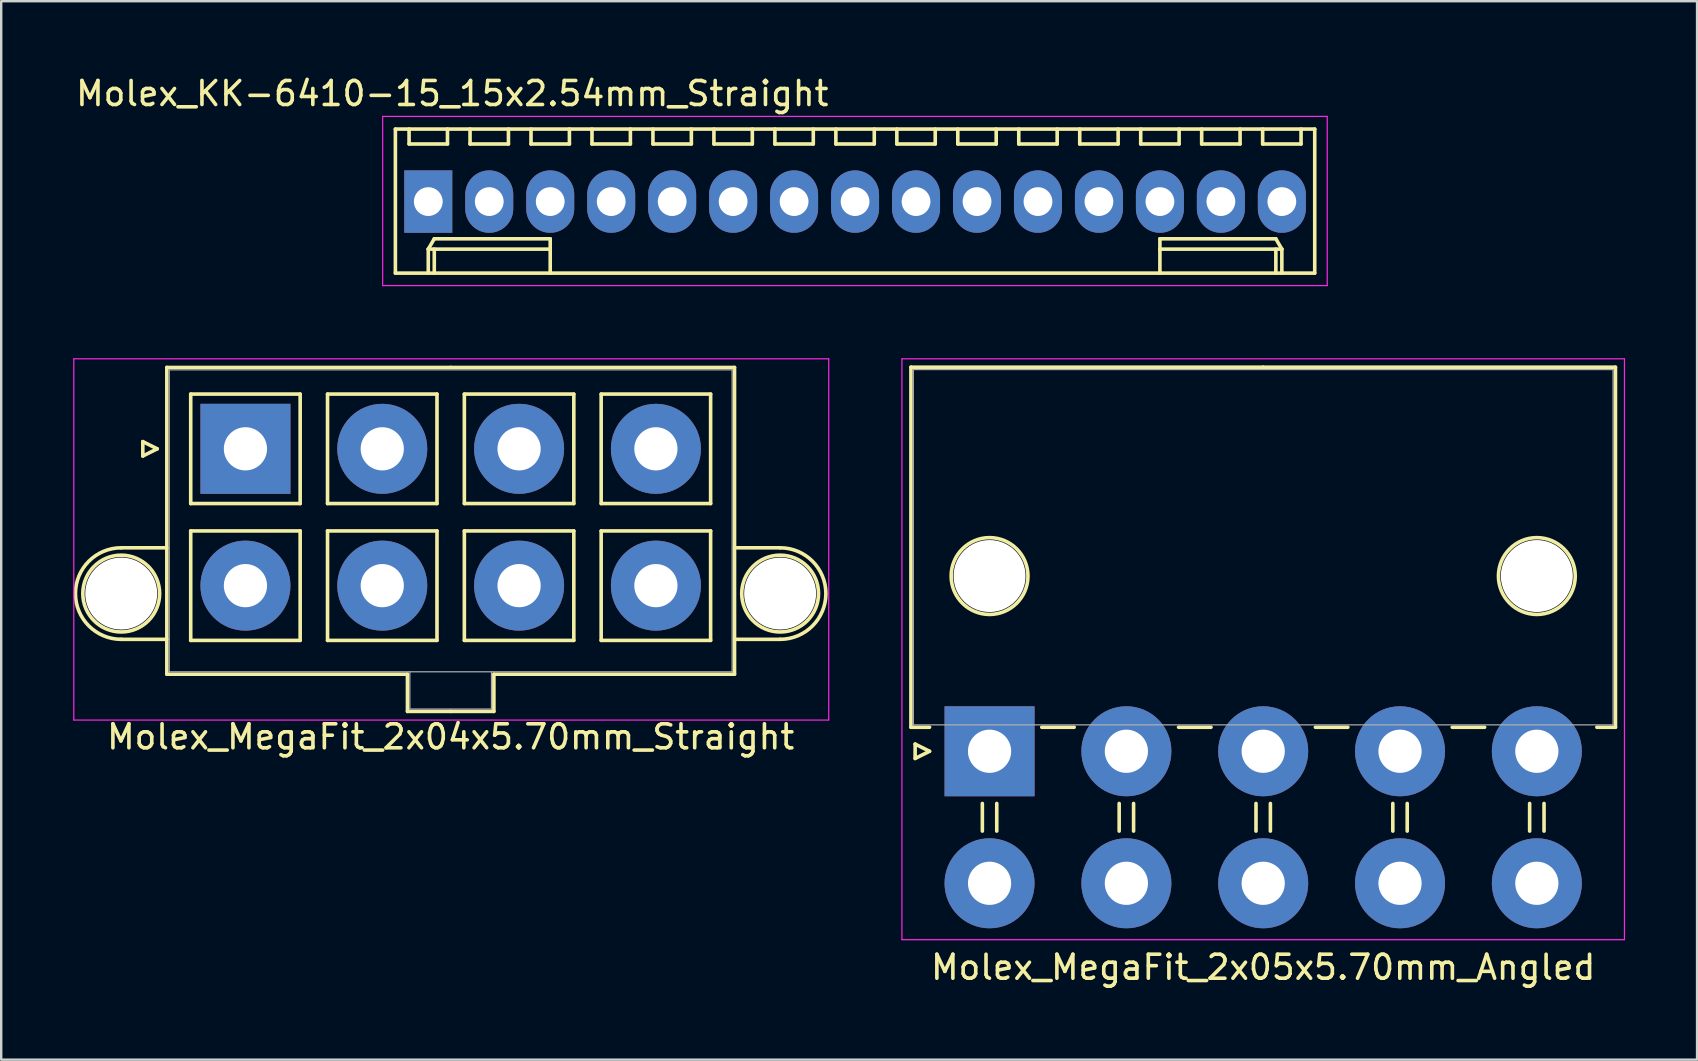
<source format=kicad_pcb>
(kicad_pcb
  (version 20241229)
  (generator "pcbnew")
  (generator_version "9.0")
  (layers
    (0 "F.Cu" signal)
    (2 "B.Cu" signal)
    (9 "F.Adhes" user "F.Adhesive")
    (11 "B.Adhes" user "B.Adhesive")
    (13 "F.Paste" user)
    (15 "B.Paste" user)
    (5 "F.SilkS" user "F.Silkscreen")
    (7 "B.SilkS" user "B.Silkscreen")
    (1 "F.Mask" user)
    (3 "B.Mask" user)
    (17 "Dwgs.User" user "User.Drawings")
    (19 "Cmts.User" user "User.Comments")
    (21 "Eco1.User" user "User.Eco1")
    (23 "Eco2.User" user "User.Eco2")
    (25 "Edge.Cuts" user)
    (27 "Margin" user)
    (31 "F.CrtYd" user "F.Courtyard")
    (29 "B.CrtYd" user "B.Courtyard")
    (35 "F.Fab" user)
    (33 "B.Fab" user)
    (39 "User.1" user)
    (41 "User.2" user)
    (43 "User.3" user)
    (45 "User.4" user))
  (footprint "Molex_MegaFit_2x05x5.70mm_Angled"
    (layer "F.Cu")
    (at 38.175 28.248)
    (property "Reference" "Molex_MegaFit_2x05x5.70mm_Angled" (at 11.4 9 0) (layer "F.SilkS") (effects (font (size 1 1) (thickness 0.15))))
    (attr through_hole)
    (fp_line (start -3.275 -16) (end -3.275 -1) (stroke (width 0.15) (type solid)) (layer "F.SilkS"))
    (fp_line (start -3.275 -1) (end -2.5 -1) (stroke (width 0.15) (type solid)) (layer "F.SilkS"))
    (fp_line (start -3.1 -0.3) (end -2.5 0) (stroke (width 0.15) (type solid)) (layer "F.SilkS"))
    (fp_line (start -3.1 0.3) (end -3.1 -0.3) (stroke (width 0.15) (type solid)) (layer "F.SilkS"))
    (fp_line (start -2.5 0) (end -3.1 0.3) (stroke (width 0.15) (type solid)) (layer "F.SilkS"))
    (fp_line (start -0.3 2.175) (end -0.3 3.325) (stroke (width 0.15) (type solid)) (layer "F.SilkS"))
    (fp_line (start 0.3 2.175) (end 0.3 3.325) (stroke (width 0.15) (type solid)) (layer "F.SilkS"))
    (fp_line (start 2.175 -1) (end 3.525 -1) (stroke (width 0.15) (type solid)) (layer "F.SilkS"))
    (fp_line (start 5.4 2.175) (end 5.4 3.325) (stroke (width 0.15) (type solid)) (layer "F.SilkS"))
    (fp_line (start 6 2.175) (end 6 3.325) (stroke (width 0.15) (type solid)) (layer "F.SilkS"))
    (fp_line (start 7.875 -1) (end 9.225 -1) (stroke (width 0.15) (type solid)) (layer "F.SilkS"))
    (fp_line (start 11.1 2.175) (end 11.1 3.325) (stroke (width 0.15) (type solid)) (layer "F.SilkS"))
    (fp_line (start 11.4 -16) (end -3.275 -16) (stroke (width 0.15) (type solid)) (layer "F.SilkS"))
    (fp_line (start 11.4 -16) (end 26.075 -16) (stroke (width 0.15) (type solid)) (layer "F.SilkS"))
    (fp_line (start 11.7 2.175) (end 11.7 3.325) (stroke (width 0.15) (type solid)) (layer "F.SilkS"))
    (fp_line (start 13.575 -1) (end 14.925 -1) (stroke (width 0.15) (type solid)) (layer "F.SilkS"))
    (fp_line (start 16.8 2.175) (end 16.8 3.325) (stroke (width 0.15) (type solid)) (layer "F.SilkS"))
    (fp_line (start 17.4 2.175) (end 17.4 3.325) (stroke (width 0.15) (type solid)) (layer "F.SilkS"))
    (fp_line (start 19.275 -1) (end 20.625 -1) (stroke (width 0.15) (type solid)) (layer "F.SilkS"))
    (fp_line (start 22.5 2.175) (end 22.5 3.325) (stroke (width 0.15) (type solid)) (layer "F.SilkS"))
    (fp_line (start 23.1 2.175) (end 23.1 3.325) (stroke (width 0.15) (type solid)) (layer "F.SilkS"))
    (fp_line (start 26.075 -16) (end 26.075 -1) (stroke (width 0.15) (type solid)) (layer "F.SilkS"))
    (fp_line (start 26.075 -1) (end 25.3 -1) (stroke (width 0.15) (type solid)) (layer "F.SilkS"))
    (fp_circle (center 0 -7.3) (end 1.6 -7.3) (stroke (width 0.15) (type solid)) (fill no) (layer "F.SilkS"))
    (fp_circle (center 22.8 -7.3) (end 24.4 -7.3) (stroke (width 0.15) (type solid)) (fill no) (layer "F.SilkS"))
    (fp_line (start -3.65 -16.35) (end -3.65 7.85) (stroke (width 0.05) (type solid)) (layer "F.CrtYd"))
    (fp_line (start -3.65 7.85) (end 26.45 7.85) (stroke (width 0.05) (type solid)) (layer "F.CrtYd"))
    (fp_line (start 26.45 -16.35) (end -3.65 -16.35) (stroke (width 0.05) (type solid)) (layer "F.CrtYd"))
    (fp_line (start 26.45 7.85) (end 26.45 -16.35) (stroke (width 0.05) (type solid)) (layer "F.CrtYd"))
    (fp_line (start -3.175 -15.9) (end -3.175 -1.1) (stroke (width 0.05) (type solid)) (layer "F.Fab"))
    (fp_line (start -3.175 -1.1) (end 25.975 -1.1) (stroke (width 0.05) (type solid)) (layer "F.Fab"))
    (fp_line (start 25.975 -15.9) (end -3.175 -15.9) (stroke (width 0.05) (type solid)) (layer "F.Fab"))
    (fp_line (start 25.975 -1.1) (end 25.975 -15.9) (stroke (width 0.05) (type solid)) (layer "F.Fab"))
    (pad "" np_thru_hole circle (at 0 -7.3) (size 3 3) (drill 3) (layers "*.Cu"))
    (pad "" np_thru_hole circle (at 22.8 -7.3) (size 3 3) (drill 3) (layers "*.Cu"))
    (pad "1" thru_hole rect (at 0 0) (size 3.75 3.75) (drill 1.8) (layers "*.Cu" "*.Mask"))
    (pad "2" thru_hole circle (at 5.7 0) (size 3.75 3.75) (drill 1.8) (layers "*.Cu" "*.Mask"))
    (pad "3" thru_hole circle (at 11.4 0) (size 3.75 3.75) (drill 1.8) (layers "*.Cu" "*.Mask"))
    (pad "4" thru_hole circle (at 17.1 0) (size 3.75 3.75) (drill 1.8) (layers "*.Cu" "*.Mask"))
    (pad "5" thru_hole circle (at 22.8 0) (size 3.75 3.75) (drill 1.8) (layers "*.Cu" "*.Mask"))
    (pad "6" thru_hole circle (at 0 5.5) (size 3.75 3.75) (drill 1.8) (layers "*.Cu" "*.Mask"))
    (pad "7" thru_hole circle (at 5.7 5.5) (size 3.75 3.75) (drill 1.8) (layers "*.Cu" "*.Mask"))
    (pad "8" thru_hole circle (at 11.4 5.5) (size 3.75 3.75) (drill 1.8) (layers "*.Cu" "*.Mask"))
    (pad "9" thru_hole circle (at 17.1 5.5) (size 3.75 3.75) (drill 1.8) (layers "*.Cu" "*.Mask"))
    (pad "10" thru_hole circle (at 22.8 5.5) (size 3.75 3.75) (drill 1.8) (layers "*.Cu" "*.Mask")))
  (footprint "Molex_KK-6410-15_15x2.54mm_Straight"
    (layer "F.Cu")
    (at 14.792 5.348)
    (property "Reference" "Molex_KK-6410-15_15x2.54mm_Straight" (at 1 -4.5 0) (layer "F.SilkS") (effects (font (size 1 1) (thickness 0.15))))
    (attr through_hole)
    (fp_line (start -1.37 -3.02) (end -1.37 2.98) (stroke (width 0.15) (type solid)) (layer "F.SilkS"))
    (fp_line (start -1.37 2.98) (end 36.93 2.98) (stroke (width 0.15) (type solid)) (layer "F.SilkS"))
    (fp_line (start -0.8 -3.02) (end -0.8 -2.4) (stroke (width 0.15) (type solid)) (layer "F.SilkS"))
    (fp_line (start -0.8 -2.4) (end 0.8 -2.4) (stroke (width 0.15) (type solid)) (layer "F.SilkS"))
    (fp_line (start 0 1.98) (end 0.25 1.55) (stroke (width 0.15) (type solid)) (layer "F.SilkS"))
    (fp_line (start 0 1.98) (end 5.08 1.98) (stroke (width 0.15) (type solid)) (layer "F.SilkS"))
    (fp_line (start 0 2.98) (end 0 1.98) (stroke (width 0.15) (type solid)) (layer "F.SilkS"))
    (fp_line (start 0.25 1.55) (end 5.08 1.55) (stroke (width 0.15) (type solid)) (layer "F.SilkS"))
    (fp_line (start 0.25 2.98) (end 0.25 1.98) (stroke (width 0.15) (type solid)) (layer "F.SilkS"))
    (fp_line (start 0.8 -2.4) (end 0.8 -3.02) (stroke (width 0.15) (type solid)) (layer "F.SilkS"))
    (fp_line (start 1.74 -3.02) (end 1.74 -2.4) (stroke (width 0.15) (type solid)) (layer "F.SilkS"))
    (fp_line (start 1.74 -2.4) (end 3.34 -2.4) (stroke (width 0.15) (type solid)) (layer "F.SilkS"))
    (fp_line (start 3.34 -2.4) (end 3.34 -3.02) (stroke (width 0.15) (type solid)) (layer "F.SilkS"))
    (fp_line (start 4.28 -3.02) (end 4.28 -2.4) (stroke (width 0.15) (type solid)) (layer "F.SilkS"))
    (fp_line (start 4.28 -2.4) (end 5.88 -2.4) (stroke (width 0.15) (type solid)) (layer "F.SilkS"))
    (fp_line (start 5.08 1.55) (end 5.08 1.98) (stroke (width 0.15) (type solid)) (layer "F.SilkS"))
    (fp_line (start 5.08 1.98) (end 5.08 2.98) (stroke (width 0.15) (type solid)) (layer "F.SilkS"))
    (fp_line (start 5.88 -2.4) (end 5.88 -3.02) (stroke (width 0.15) (type solid)) (layer "F.SilkS"))
    (fp_line (start 6.82 -3.02) (end 6.82 -2.4) (stroke (width 0.15) (type solid)) (layer "F.SilkS"))
    (fp_line (start 6.82 -2.4) (end 8.42 -2.4) (stroke (width 0.15) (type solid)) (layer "F.SilkS"))
    (fp_line (start 8.42 -2.4) (end 8.42 -3.02) (stroke (width 0.15) (type solid)) (layer "F.SilkS"))
    (fp_line (start 9.36 -3.02) (end 9.36 -2.4) (stroke (width 0.15) (type solid)) (layer "F.SilkS"))
    (fp_line (start 9.36 -2.4) (end 10.96 -2.4) (stroke (width 0.15) (type solid)) (layer "F.SilkS"))
    (fp_line (start 10.96 -2.4) (end 10.96 -3.02) (stroke (width 0.15) (type solid)) (layer "F.SilkS"))
    (fp_line (start 11.9 -3.02) (end 11.9 -2.4) (stroke (width 0.15) (type solid)) (layer "F.SilkS"))
    (fp_line (start 11.9 -2.4) (end 13.5 -2.4) (stroke (width 0.15) (type solid)) (layer "F.SilkS"))
    (fp_line (start 13.5 -2.4) (end 13.5 -3.02) (stroke (width 0.15) (type solid)) (layer "F.SilkS"))
    (fp_line (start 14.44 -3.02) (end 14.44 -2.4) (stroke (width 0.15) (type solid)) (layer "F.SilkS"))
    (fp_line (start 14.44 -2.4) (end 16.04 -2.4) (stroke (width 0.15) (type solid)) (layer "F.SilkS"))
    (fp_line (start 16.04 -2.4) (end 16.04 -3.02) (stroke (width 0.15) (type solid)) (layer "F.SilkS"))
    (fp_line (start 16.98 -3.02) (end 16.98 -2.4) (stroke (width 0.15) (type solid)) (layer "F.SilkS"))
    (fp_line (start 16.98 -2.4) (end 18.58 -2.4) (stroke (width 0.15) (type solid)) (layer "F.SilkS"))
    (fp_line (start 18.58 -2.4) (end 18.58 -3.02) (stroke (width 0.15) (type solid)) (layer "F.SilkS"))
    (fp_line (start 19.52 -3.02) (end 19.52 -2.4) (stroke (width 0.15) (type solid)) (layer "F.SilkS"))
    (fp_line (start 19.52 -2.4) (end 21.12 -2.4) (stroke (width 0.15) (type solid)) (layer "F.SilkS"))
    (fp_line (start 21.12 -2.4) (end 21.12 -3.02) (stroke (width 0.15) (type solid)) (layer "F.SilkS"))
    (fp_line (start 22.06 -3.02) (end 22.06 -2.4) (stroke (width 0.15) (type solid)) (layer "F.SilkS"))
    (fp_line (start 22.06 -2.4) (end 23.66 -2.4) (stroke (width 0.15) (type solid)) (layer "F.SilkS"))
    (fp_line (start 23.66 -2.4) (end 23.66 -3.02) (stroke (width 0.15) (type solid)) (layer "F.SilkS"))
    (fp_line (start 24.6 -3.02) (end 24.6 -2.4) (stroke (width 0.15) (type solid)) (layer "F.SilkS"))
    (fp_line (start 24.6 -2.4) (end 26.2 -2.4) (stroke (width 0.15) (type solid)) (layer "F.SilkS"))
    (fp_line (start 26.2 -2.4) (end 26.2 -3.02) (stroke (width 0.15) (type solid)) (layer "F.SilkS"))
    (fp_line (start 27.14 -3.02) (end 27.14 -2.4) (stroke (width 0.15) (type solid)) (layer "F.SilkS"))
    (fp_line (start 27.14 -2.4) (end 28.74 -2.4) (stroke (width 0.15) (type solid)) (layer "F.SilkS"))
    (fp_line (start 28.74 -2.4) (end 28.74 -3.02) (stroke (width 0.15) (type solid)) (layer "F.SilkS"))
    (fp_line (start 29.68 -3.02) (end 29.68 -2.4) (stroke (width 0.15) (type solid)) (layer "F.SilkS"))
    (fp_line (start 29.68 -2.4) (end 31.28 -2.4) (stroke (width 0.15) (type solid)) (layer "F.SilkS"))
    (fp_line (start 30.48 1.55) (end 30.48 1.98) (stroke (width 0.15) (type solid)) (layer "F.SilkS"))
    (fp_line (start 30.48 1.98) (end 30.48 2.98) (stroke (width 0.15) (type solid)) (layer "F.SilkS"))
    (fp_line (start 31.28 -2.4) (end 31.28 -3.02) (stroke (width 0.15) (type solid)) (layer "F.SilkS"))
    (fp_line (start 32.22 -3.02) (end 32.22 -2.4) (stroke (width 0.15) (type solid)) (layer "F.SilkS"))
    (fp_line (start 32.22 -2.4) (end 33.82 -2.4) (stroke (width 0.15) (type solid)) (layer "F.SilkS"))
    (fp_line (start 33.82 -2.4) (end 33.82 -3.02) (stroke (width 0.15) (type solid)) (layer "F.SilkS"))
    (fp_line (start 34.76 -3.02) (end 34.76 -2.4) (stroke (width 0.15) (type solid)) (layer "F.SilkS"))
    (fp_line (start 34.76 -2.4) (end 36.36 -2.4) (stroke (width 0.15) (type solid)) (layer "F.SilkS"))
    (fp_line (start 35.31 1.55) (end 30.48 1.55) (stroke (width 0.15) (type solid)) (layer "F.SilkS"))
    (fp_line (start 35.31 2.98) (end 35.31 1.98) (stroke (width 0.15) (type solid)) (layer "F.SilkS"))
    (fp_line (start 35.56 1.98) (end 30.48 1.98) (stroke (width 0.15) (type solid)) (layer "F.SilkS"))
    (fp_line (start 35.56 1.98) (end 35.31 1.55) (stroke (width 0.15) (type solid)) (layer "F.SilkS"))
    (fp_line (start 35.56 2.98) (end 35.56 1.98) (stroke (width 0.15) (type solid)) (layer "F.SilkS"))
    (fp_line (start 36.36 -2.4) (end 36.36 -3.02) (stroke (width 0.15) (type solid)) (layer "F.SilkS"))
    (fp_line (start 36.93 -3.02) (end -1.37 -3.02) (stroke (width 0.15) (type solid)) (layer "F.SilkS"))
    (fp_line (start 36.93 2.98) (end 36.93 -3.02) (stroke (width 0.15) (type solid)) (layer "F.SilkS"))
    (fp_line (start -1.9 -3.55) (end 37.45 -3.55) (stroke (width 0.05) (type solid)) (layer "F.CrtYd"))
    (fp_line (start -1.9 3.5) (end -1.9 -3.55) (stroke (width 0.05) (type solid)) (layer "F.CrtYd"))
    (fp_line (start 37.45 -3.55) (end 37.45 3.5) (stroke (width 0.05) (type solid)) (layer "F.CrtYd"))
    (fp_line (start 37.45 3.5) (end -1.9 3.5) (stroke (width 0.05) (type solid)) (layer "F.CrtYd"))
    (pad "1" thru_hole rect (at 0 0) (size 2 2.6) (drill 1.2) (layers "*.Cu" "*.Mask"))
    (pad "2" thru_hole oval (at 2.54 0) (size 2 2.6) (drill 1.2) (layers "*.Cu" "*.Mask"))
    (pad "3" thru_hole oval (at 5.08 0) (size 2 2.6) (drill 1.2) (layers "*.Cu" "*.Mask"))
    (pad "4" thru_hole oval (at 7.62 0) (size 2 2.6) (drill 1.2) (layers "*.Cu" "*.Mask"))
    (pad "5" thru_hole oval (at 10.16 0) (size 2 2.6) (drill 1.2) (layers "*.Cu" "*.Mask"))
    (pad "6" thru_hole oval (at 12.7 0) (size 2 2.6) (drill 1.2) (layers "*.Cu" "*.Mask"))
    (pad "7" thru_hole oval (at 15.24 0) (size 2 2.6) (drill 1.2) (layers "*.Cu" "*.Mask"))
    (pad "8" thru_hole oval (at 17.78 0) (size 2 2.6) (drill 1.2) (layers "*.Cu" "*.Mask"))
    (pad "9" thru_hole oval (at 20.32 0) (size 2 2.6) (drill 1.2) (layers "*.Cu" "*.Mask"))
    (pad "10" thru_hole oval (at 22.86 0) (size 2 2.6) (drill 1.2) (layers "*.Cu" "*.Mask"))
    (pad "11" thru_hole oval (at 25.4 0) (size 2 2.6) (drill 1.2) (layers "*.Cu" "*.Mask"))
    (pad "12" thru_hole oval (at 27.94 0) (size 2 2.6) (drill 1.2) (layers "*.Cu" "*.Mask"))
    (pad "13" thru_hole oval (at 30.48 0) (size 2 2.6) (drill 1.2) (layers "*.Cu" "*.Mask"))
    (pad "14" thru_hole oval (at 33.02 0) (size 2 2.6) (drill 1.2) (layers "*.Cu" "*.Mask"))
    (pad "15" thru_hole oval (at 35.56 0) (size 2 2.6) (drill 1.2) (layers "*.Cu" "*.Mask")))
  (footprint "Molex_MegaFit_2x04x5.70mm_Straight"
    (layer "F.Cu")
    (at 7.175 15.648)
    (property "Reference" "Molex_MegaFit_2x04x5.70mm_Straight" (at 8.55 12 0) (layer "F.SilkS") (effects (font (size 1 1) (thickness 0.15))))
    (attr through_hole)
    (fp_line (start -5.175 4.124) (end -3.275 4.124) (stroke (width 0.15) (type solid)) (layer "F.SilkS"))
    (fp_line (start -5.175 7.936) (end -3.275 7.936) (stroke (width 0.15) (type solid)) (layer "F.SilkS"))
    (fp_line (start -4.275 -0.3) (end -3.675 0) (stroke (width 0.15) (type solid)) (layer "F.SilkS"))
    (fp_line (start -4.275 0.3) (end -4.275 -0.3) (stroke (width 0.15) (type solid)) (layer "F.SilkS"))
    (fp_line (start -3.675 0) (end -4.275 0.3) (stroke (width 0.15) (type solid)) (layer "F.SilkS"))
    (fp_line (start -3.275 -3.39) (end -3.275 9.39) (stroke (width 0.15) (type solid)) (layer "F.SilkS"))
    (fp_line (start -3.275 9.39) (end 6.75 9.39) (stroke (width 0.15) (type solid)) (layer "F.SilkS"))
    (fp_line (start -2.28 -2.28) (end -2.28 2.28) (stroke (width 0.15) (type solid)) (layer "F.SilkS"))
    (fp_line (start -2.28 2.28) (end 2.28 2.28) (stroke (width 0.15) (type solid)) (layer "F.SilkS"))
    (fp_line (start -2.28 3.42) (end -2.28 7.98) (stroke (width 0.15) (type solid)) (layer "F.SilkS"))
    (fp_line (start -2.28 7.98) (end 2.28 7.98) (stroke (width 0.15) (type solid)) (layer "F.SilkS"))
    (fp_line (start 2.28 -2.28) (end -2.28 -2.28) (stroke (width 0.15) (type solid)) (layer "F.SilkS"))
    (fp_line (start 2.28 2.28) (end 2.28 -2.28) (stroke (width 0.15) (type solid)) (layer "F.SilkS"))
    (fp_line (start 2.28 3.42) (end -2.28 3.42) (stroke (width 0.15) (type solid)) (layer "F.SilkS"))
    (fp_line (start 2.28 7.98) (end 2.28 3.42) (stroke (width 0.15) (type solid)) (layer "F.SilkS"))
    (fp_line (start 3.42 -2.28) (end 3.42 2.28) (stroke (width 0.15) (type solid)) (layer "F.SilkS"))
    (fp_line (start 3.42 2.28) (end 7.98 2.28) (stroke (width 0.15) (type solid)) (layer "F.SilkS"))
    (fp_line (start 3.42 3.42) (end 3.42 7.98) (stroke (width 0.15) (type solid)) (layer "F.SilkS"))
    (fp_line (start 3.42 7.98) (end 7.98 7.98) (stroke (width 0.15) (type solid)) (layer "F.SilkS"))
    (fp_line (start 6.75 9.39) (end 6.75 10.94) (stroke (width 0.15) (type solid)) (layer "F.SilkS"))
    (fp_line (start 6.75 10.94) (end 8.55 10.94) (stroke (width 0.15) (type solid)) (layer "F.SilkS"))
    (fp_line (start 7.98 -2.28) (end 3.42 -2.28) (stroke (width 0.15) (type solid)) (layer "F.SilkS"))
    (fp_line (start 7.98 2.28) (end 7.98 -2.28) (stroke (width 0.15) (type solid)) (layer "F.SilkS"))
    (fp_line (start 7.98 3.42) (end 3.42 3.42) (stroke (width 0.15) (type solid)) (layer "F.SilkS"))
    (fp_line (start 7.98 7.98) (end 7.98 3.42) (stroke (width 0.15) (type solid)) (layer "F.SilkS"))
    (fp_line (start 8.55 -3.39) (end -3.275 -3.39) (stroke (width 0.15) (type solid)) (layer "F.SilkS"))
    (fp_line (start 8.55 -3.39) (end 20.375 -3.39) (stroke (width 0.15) (type solid)) (layer "F.SilkS"))
    (fp_line (start 9.12 -2.28) (end 9.12 2.28) (stroke (width 0.15) (type solid)) (layer "F.SilkS"))
    (fp_line (start 9.12 2.28) (end 13.68 2.28) (stroke (width 0.15) (type solid)) (layer "F.SilkS"))
    (fp_line (start 9.12 3.42) (end 9.12 7.98) (stroke (width 0.15) (type solid)) (layer "F.SilkS"))
    (fp_line (start 9.12 7.98) (end 13.68 7.98) (stroke (width 0.15) (type solid)) (layer "F.SilkS"))
    (fp_line (start 10.35 9.39) (end 10.35 10.94) (stroke (width 0.15) (type solid)) (layer "F.SilkS"))
    (fp_line (start 10.35 10.94) (end 8.55 10.94) (stroke (width 0.15) (type solid)) (layer "F.SilkS"))
    (fp_line (start 13.68 -2.28) (end 9.12 -2.28) (stroke (width 0.15) (type solid)) (layer "F.SilkS"))
    (fp_line (start 13.68 2.28) (end 13.68 -2.28) (stroke (width 0.15) (type solid)) (layer "F.SilkS"))
    (fp_line (start 13.68 3.42) (end 9.12 3.42) (stroke (width 0.15) (type solid)) (layer "F.SilkS"))
    (fp_line (start 13.68 7.98) (end 13.68 3.42) (stroke (width 0.15) (type solid)) (layer "F.SilkS"))
    (fp_line (start 14.82 -2.28) (end 14.82 2.28) (stroke (width 0.15) (type solid)) (layer "F.SilkS"))
    (fp_line (start 14.82 2.28) (end 19.38 2.28) (stroke (width 0.15) (type solid)) (layer "F.SilkS"))
    (fp_line (start 14.82 3.42) (end 14.82 7.98) (stroke (width 0.15) (type solid)) (layer "F.SilkS"))
    (fp_line (start 14.82 7.98) (end 19.38 7.98) (stroke (width 0.15) (type solid)) (layer "F.SilkS"))
    (fp_line (start 19.38 -2.28) (end 14.82 -2.28) (stroke (width 0.15) (type solid)) (layer "F.SilkS"))
    (fp_line (start 19.38 2.28) (end 19.38 -2.28) (stroke (width 0.15) (type solid)) (layer "F.SilkS"))
    (fp_line (start 19.38 3.42) (end 14.82 3.42) (stroke (width 0.15) (type solid)) (layer "F.SilkS"))
    (fp_line (start 19.38 7.98) (end 19.38 3.42) (stroke (width 0.15) (type solid)) (layer "F.SilkS"))
    (fp_line (start 20.375 -3.39) (end 20.375 9.39) (stroke (width 0.15) (type solid)) (layer "F.SilkS"))
    (fp_line (start 20.375 9.39) (end 10.35 9.39) (stroke (width 0.15) (type solid)) (layer "F.SilkS"))
    (fp_line (start 22.275 4.124) (end 20.375 4.124) (stroke (width 0.15) (type solid)) (layer "F.SilkS"))
    (fp_line (start 22.275 7.936) (end 20.375 7.936) (stroke (width 0.15) (type solid)) (layer "F.SilkS"))
    (fp_arc (start -5.175 7.93625) (mid -7.08125 6.03) (end -5.175 4.12375) (stroke (width 0.15) (type solid)) (layer "F.SilkS"))
    (fp_arc (start 22.275 4.12375) (mid 24.18125 6.03) (end 22.275 7.93625) (stroke (width 0.15) (type solid)) (layer "F.SilkS"))
    (fp_circle (center -5.175 6.03) (end -3.575 6.03) (stroke (width 0.15) (type solid)) (fill no) (layer "F.SilkS"))
    (fp_circle (center 22.275 6.03) (end 23.875 6.03) (stroke (width 0.15) (type solid)) (fill no) (layer "F.SilkS"))
    (fp_line (start -7.15 -3.75) (end -7.15 11.3) (stroke (width 0.05) (type solid)) (layer "F.CrtYd"))
    (fp_line (start -7.15 11.3) (end 24.3 11.3) (stroke (width 0.05) (type solid)) (layer "F.CrtYd"))
    (fp_line (start 24.3 -3.75) (end -7.15 -3.75) (stroke (width 0.05) (type solid)) (layer "F.CrtYd"))
    (fp_line (start 24.3 11.3) (end 24.3 -3.75) (stroke (width 0.05) (type solid)) (layer "F.CrtYd"))
    (fp_line (start -3.175 -3.29) (end -3.175 9.29) (stroke (width 0.05) (type solid)) (layer "F.Fab"))
    (fp_line (start -3.175 9.29) (end 20.275 9.29) (stroke (width 0.05) (type solid)) (layer "F.Fab"))
    (fp_line (start 6.85 9.29) (end 6.85 10.84) (stroke (width 0.05) (type solid)) (layer "F.Fab"))
    (fp_line (start 6.85 10.84) (end 10.25 10.84) (stroke (width 0.05) (type solid)) (layer "F.Fab"))
    (fp_line (start 10.25 10.84) (end 10.25 9.29) (stroke (width 0.05) (type solid)) (layer "F.Fab"))
    (fp_line (start 20.275 -3.29) (end -3.175 -3.29) (stroke (width 0.05) (type solid)) (layer "F.Fab"))
    (fp_line (start 20.275 9.29) (end 20.275 -3.29) (stroke (width 0.05) (type solid)) (layer "F.Fab"))
    (pad "" np_thru_hole circle (at -5.175 6.03) (size 3 3) (drill 3) (layers "*.Cu"))
    (pad "" np_thru_hole circle (at 22.275 6.03) (size 3 3) (drill 3) (layers "*.Cu"))
    (pad "1" thru_hole rect (at 0 0) (size 3.75 3.75) (drill 1.8) (layers "*.Cu" "*.Mask"))
    (pad "2" thru_hole circle (at 5.7 0) (size 3.75 3.75) (drill 1.8) (layers "*.Cu" "*.Mask"))
    (pad "3" thru_hole circle (at 11.4 0) (size 3.75 3.75) (drill 1.8) (layers "*.Cu" "*.Mask"))
    (pad "4" thru_hole circle (at 17.1 0) (size 3.75 3.75) (drill 1.8) (layers "*.Cu" "*.Mask"))
    (pad "5" thru_hole circle (at 0 5.7) (size 3.75 3.75) (drill 1.8) (layers "*.Cu" "*.Mask"))
    (pad "6" thru_hole circle (at 5.7 5.7) (size 3.75 3.75) (drill 1.8) (layers "*.Cu" "*.Mask"))
    (pad "7" thru_hole circle (at 11.4 5.7) (size 3.75 3.75) (drill 1.8) (layers "*.Cu" "*.Mask"))
    (pad "8" thru_hole circle (at 17.1 5.7) (size 3.75 3.75) (drill 1.8) (layers "*.Cu" "*.Mask")))
  (gr_rect
    (start -3 -3)
    (end 67.65 41.096)
    (stroke (width 0.1) (type default))
    (fill no)
    (layer "Edge.Cuts")))
</source>
